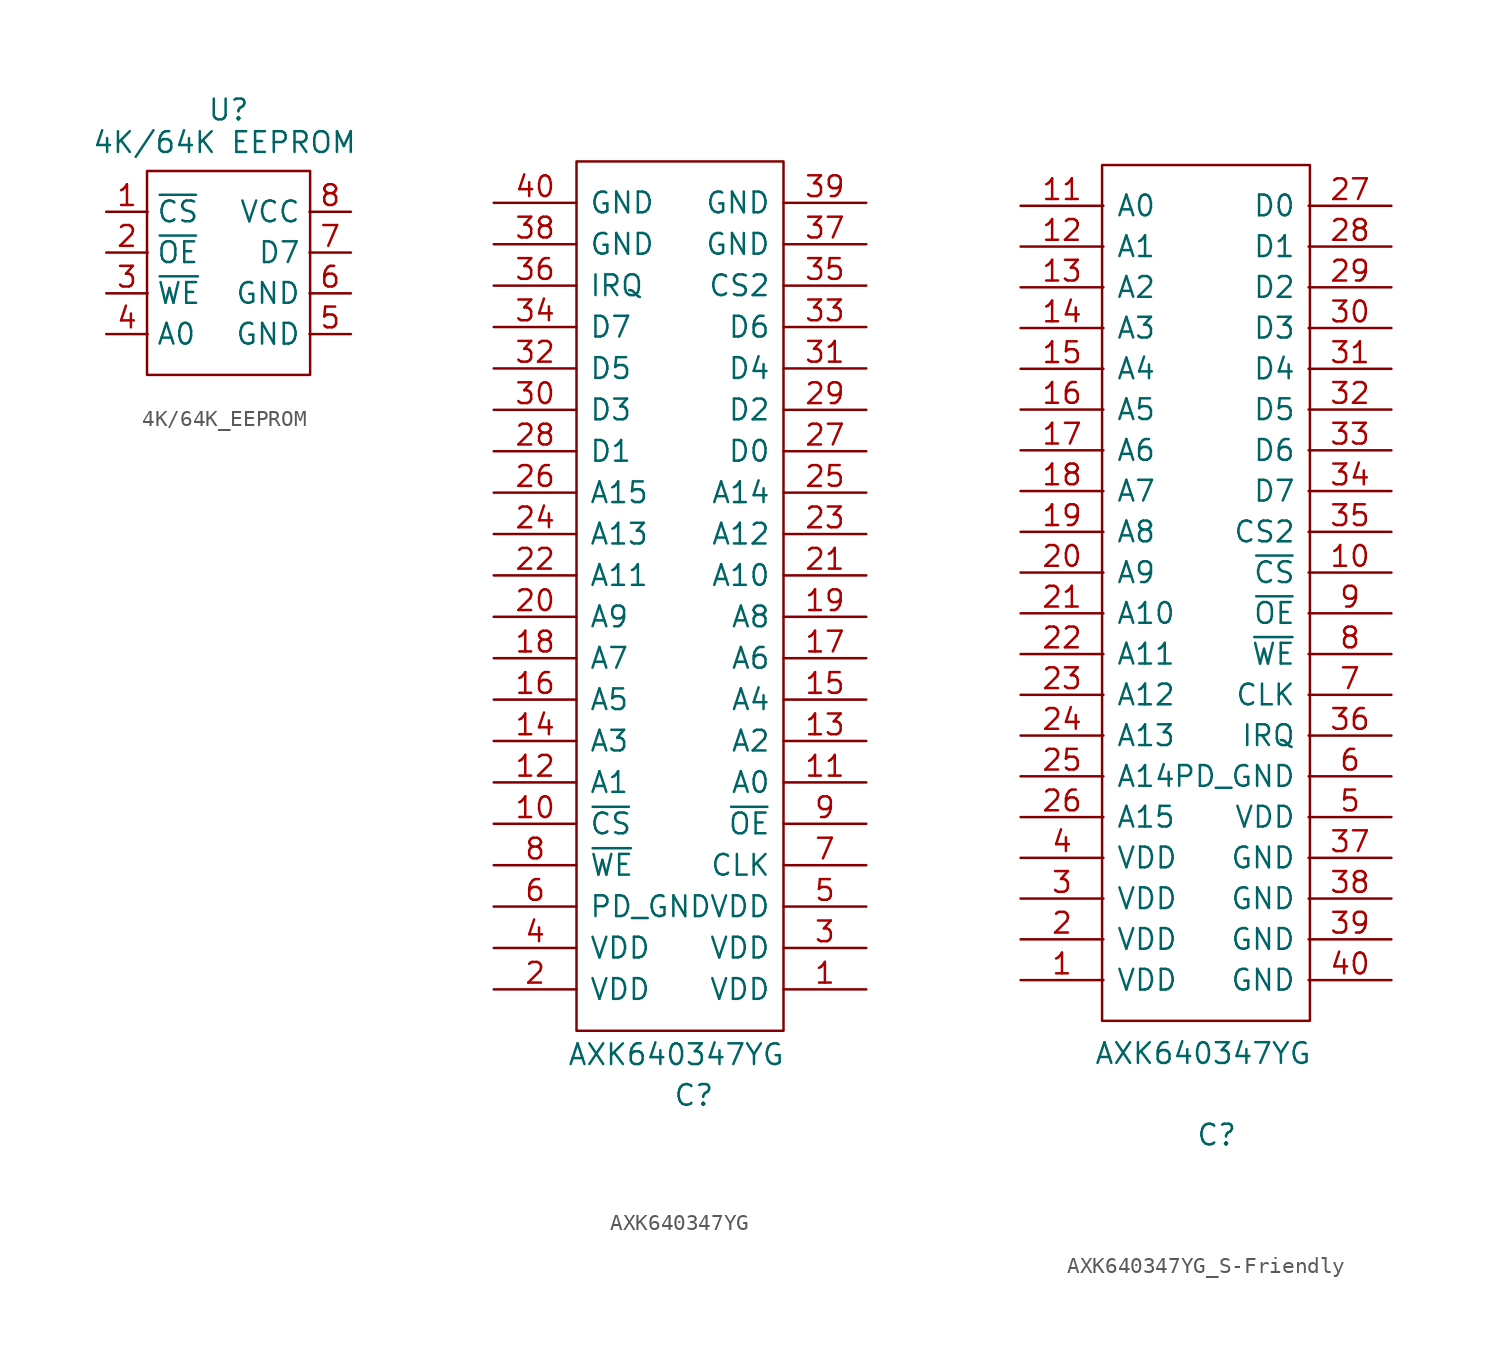
<source format=kicad_sym>
(kicad_symbol_lib
  (version 20220914)
  (generator kicad_symbol_editor)
  (symbol "4K/64K_EEPROM"
    (property "Reference" "U"
      (at 0 10 0)
      (effects (font (size 1.27 1.27))))
    (property "Value" "4K/64K EEPROM"
      (at -0.25 8 0)
      (effects (font (size 1.27 1.27))))
    (symbol "4K/64K_EEPROM_1_1"
      (rectangle (start -5 6.25) (end 5 -6.25) (stroke (width 0) (type default)) (fill (type none)))
      (pin input line (at -7.5 3.75 0) (length 2.54) (name "~{CS}" (effects (font (size 1.27 1.27)))) (number "1" (effects (font (size 1.27 1.27)))))
      (pin input line (at -7.5 1.25 0) (length 2.54) (name "~{OE}" (effects (font (size 1.27 1.27)))) (number "2" (effects (font (size 1.27 1.27)))))
      (pin input line (at -7.5 -1.25 0) (length 2.54) (name "~{WE}" (effects (font (size 1.27 1.27)))) (number "3" (effects (font (size 1.27 1.27)))))
      (pin input line (at -7.5 -3.75 0) (length 2.54) (name "A0" (effects (font (size 1.27 1.27)))) (number "4" (effects (font (size 1.27 1.27)))))
      (pin input line (at 7.5 -3.75 180) (length 2.54) (name "GND" (effects (font (size 1.27 1.27)))) (number "5" (effects (font (size 1.27 1.27)))))
      (pin input line (at 7.5 -1.25 180) (length 2.54) (name "GND" (effects (font (size 1.27 1.27)))) (number "6" (effects (font (size 1.27 1.27)))))
      (pin input line (at 7.5 1.25 180) (length 2.54) (name "D7" (effects (font (size 1.27 1.27)))) (number "7" (effects (font (size 1.27 1.27)))))
      (pin input line (at 7.5 3.75 180) (length 2.54) (name "VCC" (effects (font (size 1.27 1.27)))) (number "8" (effects (font (size 1.27 1.27)))))))
  (symbol "AXK640347YG"
    (pin_names
      (offset 0.762))
    (property "Reference" "C"
      (at -0.5 -34.5 0)
      (effects (font (size 1.27 1.27)) (justify left)))
    (property "Value" "AXK640347YG"
      (at -7 -32 0)
      (effects (font (size 1.27 1.27)) (justify left)))
    (symbol "AXK640347YG_0_1"
      (polyline (pts (xy 6.28 -30.54) (xy -6.42 -30.54) (xy -6.42 22.8) (xy 6.28 22.8) (xy 6.28 -30.54)) (stroke (width 0.152) (type solid)) (fill (type none))))
    (symbol "AXK640347YG_1_0"
      (pin passive line (at 11.36 -28 180) (length 5.08) (name "VDD" (effects (font (size 1.27 1.27)))) (number "1" (effects (font (size 1.27 1.27)))))
      (pin passive line (at -11.5 -17.84 0) (length 5.08) (name "~{CS}" (effects (font (size 1.27 1.27)))) (number "10" (effects (font (size 1.27 1.27)))))
      (pin passive line (at 11.36 -15.3 180) (length 5.08) (name "A0" (effects (font (size 1.27 1.27)))) (number "11" (effects (font (size 1.27 1.27)))))
      (pin passive line (at -11.5 -15.3 0) (length 5.08) (name "A1" (effects (font (size 1.27 1.27)))) (number "12" (effects (font (size 1.27 1.27)))))
      (pin passive line (at 11.36 -12.76 180) (length 5.08) (name "A2" (effects (font (size 1.27 1.27)))) (number "13" (effects (font (size 1.27 1.27)))))
      (pin passive line (at -11.5 -12.76 0) (length 5.08) (name "A3" (effects (font (size 1.27 1.27)))) (number "14" (effects (font (size 1.27 1.27)))))
      (pin passive line (at 11.36 -10.22 180) (length 5.08) (name "A4" (effects (font (size 1.27 1.27)))) (number "15" (effects (font (size 1.27 1.27)))))
      (pin passive line (at -11.5 -10.22 0) (length 5.08) (name "A5" (effects (font (size 1.27 1.27)))) (number "16" (effects (font (size 1.27 1.27)))))
      (pin passive line (at 11.36 -7.68 180) (length 5.08) (name "A6" (effects (font (size 1.27 1.27)))) (number "17" (effects (font (size 1.27 1.27)))))
      (pin passive line (at -11.5 -7.68 0) (length 5.08) (name "A7" (effects (font (size 1.27 1.27)))) (number "18" (effects (font (size 1.27 1.27)))))
      (pin passive line (at 11.36 -5.14 180) (length 5.08) (name "A8" (effects (font (size 1.27 1.27)))) (number "19" (effects (font (size 1.27 1.27)))))
      (pin passive line (at -11.5 -28 0) (length 5.08) (name "VDD" (effects (font (size 1.27 1.27)))) (number "2" (effects (font (size 1.27 1.27)))))
      (pin passive line (at -11.5 -5.14 0) (length 5.08) (name "A9" (effects (font (size 1.27 1.27)))) (number "20" (effects (font (size 1.27 1.27)))))
      (pin passive line (at 11.36 -2.6 180) (length 5.08) (name "A10" (effects (font (size 1.27 1.27)))) (number "21" (effects (font (size 1.27 1.27)))))
      (pin passive line (at -11.5 -2.6 0) (length 5.08) (name "A11" (effects (font (size 1.27 1.27)))) (number "22" (effects (font (size 1.27 1.27)))))
      (pin passive line (at 11.36 -0.06 180) (length 5.08) (name "A12" (effects (font (size 1.27 1.27)))) (number "23" (effects (font (size 1.27 1.27)))))
      (pin passive line (at -11.5 -0.06 0) (length 5.08) (name "A13" (effects (font (size 1.27 1.27)))) (number "24" (effects (font (size 1.27 1.27)))))
      (pin passive line (at 11.36 2.48 180) (length 5.08) (name "A14" (effects (font (size 1.27 1.27)))) (number "25" (effects (font (size 1.27 1.27)))))
      (pin passive line (at -11.5 2.48 0) (length 5.08) (name "A15" (effects (font (size 1.27 1.27)))) (number "26" (effects (font (size 1.27 1.27)))))
      (pin passive line (at 11.36 5.02 180) (length 5.08) (name "D0" (effects (font (size 1.27 1.27)))) (number "27" (effects (font (size 1.27 1.27)))))
      (pin passive line (at -11.5 5.02 0) (length 5.08) (name "D1" (effects (font (size 1.27 1.27)))) (number "28" (effects (font (size 1.27 1.27)))))
      (pin passive line (at 11.36 7.56 180) (length 5.08) (name "D2" (effects (font (size 1.27 1.27)))) (number "29" (effects (font (size 1.27 1.27)))))
      (pin passive line (at 11.36 -25.46 180) (length 5.08) (name "VDD" (effects (font (size 1.27 1.27)))) (number "3" (effects (font (size 1.27 1.27)))))
      (pin passive line (at -11.5 7.56 0) (length 5.08) (name "D3" (effects (font (size 1.27 1.27)))) (number "30" (effects (font (size 1.27 1.27)))))
      (pin passive line (at 11.36 10.1 180) (length 5.08) (name "D4" (effects (font (size 1.27 1.27)))) (number "31" (effects (font (size 1.27 1.27)))))
      (pin passive line (at -11.5 10.1 0) (length 5.08) (name "D5" (effects (font (size 1.27 1.27)))) (number "32" (effects (font (size 1.27 1.27)))))
      (pin passive line (at 11.36 12.64 180) (length 5.08) (name "D6" (effects (font (size 1.27 1.27)))) (number "33" (effects (font (size 1.27 1.27)))))
      (pin passive line (at -11.5 12.64 0) (length 5.08) (name "D7" (effects (font (size 1.27 1.27)))) (number "34" (effects (font (size 1.27 1.27)))))
      (pin passive line (at 11.36 15.18 180) (length 5.08) (name "CS2" (effects (font (size 1.27 1.27)))) (number "35" (effects (font (size 1.27 1.27)))))
      (pin passive line (at -11.5 15.18 0) (length 5.08) (name "IRQ" (effects (font (size 1.27 1.27)))) (number "36" (effects (font (size 1.27 1.27)))))
      (pin passive line (at 11.36 17.72 180) (length 5.08) (name "GND" (effects (font (size 1.27 1.27)))) (number "37" (effects (font (size 1.27 1.27)))))
      (pin passive line (at -11.5 17.72 0) (length 5.08) (name "GND" (effects (font (size 1.27 1.27)))) (number "38" (effects (font (size 1.27 1.27)))))
      (pin passive line (at 11.36 20.26 180) (length 5.08) (name "GND" (effects (font (size 1.27 1.27)))) (number "39" (effects (font (size 1.27 1.27)))))
      (pin passive line (at -11.5 -25.46 0) (length 5.08) (name "VDD" (effects (font (size 1.27 1.27)))) (number "4" (effects (font (size 1.27 1.27)))))
      (pin passive line (at -11.5 20.26 0) (length 5.08) (name "GND" (effects (font (size 1.27 1.27)))) (number "40" (effects (font (size 1.27 1.27)))))
      (pin passive line (at 11.36 -22.92 180) (length 5.08) (name "VDD" (effects (font (size 1.27 1.27)))) (number "5" (effects (font (size 1.27 1.27)))))
      (pin passive line (at -11.5 -22.92 0) (length 5.08) (name "PD_GND" (effects (font (size 1.27 1.27)))) (number "6" (effects (font (size 1.27 1.27)))))
      (pin passive line (at 11.36 -20.38 180) (length 5.08) (name "CLK" (effects (font (size 1.27 1.27)))) (number "7" (effects (font (size 1.27 1.27)))))
      (pin passive line (at -11.5 -20.38 0) (length 5.08) (name "~{WE}" (effects (font (size 1.27 1.27)))) (number "8" (effects (font (size 1.27 1.27)))))
      (pin passive line (at 11.36 -17.84 180) (length 5.08) (name "~{OE}" (effects (font (size 1.27 1.27)))) (number "9" (effects (font (size 1.27 1.27)))))))
  (symbol "AXK640347YG_S-Friendly"
    (pin_names
      (offset 0.762))
    (property "Reference" "C"
      (at -0.5 -34.5 0)
      (effects (font (size 1.27 1.27)) (justify left)))
    (property "Value" "AXK640347YG"
      (at -6.75 -29.5 0)
      (effects (font (size 1.27 1.27)) (justify left)))
    (symbol "AXK640347YG_S-Friendly_0_1"
      (polyline (pts (xy 6.5 -27.5) (xy -6.25 -27.5) (xy -6.25 25) (xy 6.5 25) (xy 6.5 -27.5)) (stroke (width 0.152) (type solid)) (fill (type none))))
    (symbol "AXK640347YG_S-Friendly_1_0"
      (pin passive line (at -11.25 -25 0) (length 5.08) (name "VDD" (effects (font (size 1.27 1.27)))) (number "1" (effects (font (size 1.27 1.27)))))
      (pin passive line (at 11.5 0 180) (length 5.08) (name "~{CS}" (effects (font (size 1.27 1.27)))) (number "10" (effects (font (size 1.27 1.27)))))
      (pin passive line (at -11.25 22.5 0) (length 5.08) (name "A0" (effects (font (size 1.27 1.27)))) (number "11" (effects (font (size 1.27 1.27)))))
      (pin passive line (at -11.25 20 0) (length 5.08) (name "A1" (effects (font (size 1.27 1.27)))) (number "12" (effects (font (size 1.27 1.27)))))
      (pin passive line (at -11.25 17.5 0) (length 5.08) (name "A2" (effects (font (size 1.27 1.27)))) (number "13" (effects (font (size 1.27 1.27)))))
      (pin passive line (at -11.25 15 0) (length 5.08) (name "A3" (effects (font (size 1.27 1.27)))) (number "14" (effects (font (size 1.27 1.27)))))
      (pin passive line (at -11.25 12.5 0) (length 5.08) (name "A4" (effects (font (size 1.27 1.27)))) (number "15" (effects (font (size 1.27 1.27)))))
      (pin passive line (at -11.25 10 0) (length 5.08) (name "A5" (effects (font (size 1.27 1.27)))) (number "16" (effects (font (size 1.27 1.27)))))
      (pin passive line (at -11.25 7.5 0) (length 5.08) (name "A6" (effects (font (size 1.27 1.27)))) (number "17" (effects (font (size 1.27 1.27)))))
      (pin passive line (at -11.25 5 0) (length 5.08) (name "A7" (effects (font (size 1.27 1.27)))) (number "18" (effects (font (size 1.27 1.27)))))
      (pin passive line (at -11.25 2.5 0) (length 5.08) (name "A8" (effects (font (size 1.27 1.27)))) (number "19" (effects (font (size 1.27 1.27)))))
      (pin passive line (at -11.25 -22.5 0) (length 5.08) (name "VDD" (effects (font (size 1.27 1.27)))) (number "2" (effects (font (size 1.27 1.27)))))
      (pin passive line (at -11.25 0 0) (length 5.08) (name "A9" (effects (font (size 1.27 1.27)))) (number "20" (effects (font (size 1.27 1.27)))))
      (pin passive line (at -11.25 -2.5 0) (length 5.08) (name "A10" (effects (font (size 1.27 1.27)))) (number "21" (effects (font (size 1.27 1.27)))))
      (pin passive line (at -11.25 -5 0) (length 5.08) (name "A11" (effects (font (size 1.27 1.27)))) (number "22" (effects (font (size 1.27 1.27)))))
      (pin passive line (at -11.25 -7.5 0) (length 5.08) (name "A12" (effects (font (size 1.27 1.27)))) (number "23" (effects (font (size 1.27 1.27)))))
      (pin passive line (at -11.25 -10 0) (length 5.08) (name "A13" (effects (font (size 1.27 1.27)))) (number "24" (effects (font (size 1.27 1.27)))))
      (pin passive line (at -11.25 -12.5 0) (length 5.08) (name "A14" (effects (font (size 1.27 1.27)))) (number "25" (effects (font (size 1.27 1.27)))))
      (pin passive line (at -11.25 -15 0) (length 5.08) (name "A15" (effects (font (size 1.27 1.27)))) (number "26" (effects (font (size 1.27 1.27)))))
      (pin passive line (at 11.5 22.5 180) (length 5.08) (name "D0" (effects (font (size 1.27 1.27)))) (number "27" (effects (font (size 1.27 1.27)))))
      (pin passive line (at 11.5 20 180) (length 5.08) (name "D1" (effects (font (size 1.27 1.27)))) (number "28" (effects (font (size 1.27 1.27)))))
      (pin passive line (at 11.5 17.5 180) (length 5.08) (name "D2" (effects (font (size 1.27 1.27)))) (number "29" (effects (font (size 1.27 1.27)))))
      (pin passive line (at -11.25 -20 0) (length 5.08) (name "VDD" (effects (font (size 1.27 1.27)))) (number "3" (effects (font (size 1.27 1.27)))))
      (pin passive line (at 11.5 15 180) (length 5.08) (name "D3" (effects (font (size 1.27 1.27)))) (number "30" (effects (font (size 1.27 1.27)))))
      (pin passive line (at 11.5 12.5 180) (length 5.08) (name "D4" (effects (font (size 1.27 1.27)))) (number "31" (effects (font (size 1.27 1.27)))))
      (pin passive line (at 11.5 10 180) (length 5.08) (name "D5" (effects (font (size 1.27 1.27)))) (number "32" (effects (font (size 1.27 1.27)))))
      (pin passive line (at 11.5 7.5 180) (length 5.08) (name "D6" (effects (font (size 1.27 1.27)))) (number "33" (effects (font (size 1.27 1.27)))))
      (pin passive line (at 11.5 5 180) (length 5.08) (name "D7" (effects (font (size 1.27 1.27)))) (number "34" (effects (font (size 1.27 1.27)))))
      (pin passive line (at 11.5 2.5 180) (length 5.08) (name "CS2" (effects (font (size 1.27 1.27)))) (number "35" (effects (font (size 1.27 1.27)))))
      (pin passive line (at 11.5 -10 180) (length 5.08) (name "IRQ" (effects (font (size 1.27 1.27)))) (number "36" (effects (font (size 1.27 1.27)))))
      (pin passive line (at 11.5 -17.5 180) (length 5.08) (name "GND" (effects (font (size 1.27 1.27)))) (number "37" (effects (font (size 1.27 1.27)))))
      (pin passive line (at 11.5 -20 180) (length 5.08) (name "GND" (effects (font (size 1.27 1.27)))) (number "38" (effects (font (size 1.27 1.27)))))
      (pin passive line (at 11.5 -22.5 180) (length 5.08) (name "GND" (effects (font (size 1.27 1.27)))) (number "39" (effects (font (size 1.27 1.27)))))
      (pin passive line (at -11.25 -17.5 0) (length 5.08) (name "VDD" (effects (font (size 1.27 1.27)))) (number "4" (effects (font (size 1.27 1.27)))))
      (pin passive line (at 11.5 -25 180) (length 5.08) (name "GND" (effects (font (size 1.27 1.27)))) (number "40" (effects (font (size 1.27 1.27)))))
      (pin passive line (at 11.5 -15 180) (length 5.08) (name "VDD" (effects (font (size 1.27 1.27)))) (number "5" (effects (font (size 1.27 1.27)))))
      (pin passive line (at 11.5 -12.5 180) (length 5.08) (name "PD_GND" (effects (font (size 1.27 1.27)))) (number "6" (effects (font (size 1.27 1.27)))))
      (pin passive line (at 11.5 -7.5 180) (length 5.08) (name "CLK" (effects (font (size 1.27 1.27)))) (number "7" (effects (font (size 1.27 1.27)))))
      (pin passive line (at 11.5 -5 180) (length 5.08) (name "~{WE}" (effects (font (size 1.27 1.27)))) (number "8" (effects (font (size 1.27 1.27)))))
      (pin passive line (at 11.5 -2.5 180) (length 5.08) (name "~{OE}" (effects (font (size 1.27 1.27)))) (number "9" (effects (font (size 1.27 1.27))))))))
</source>
